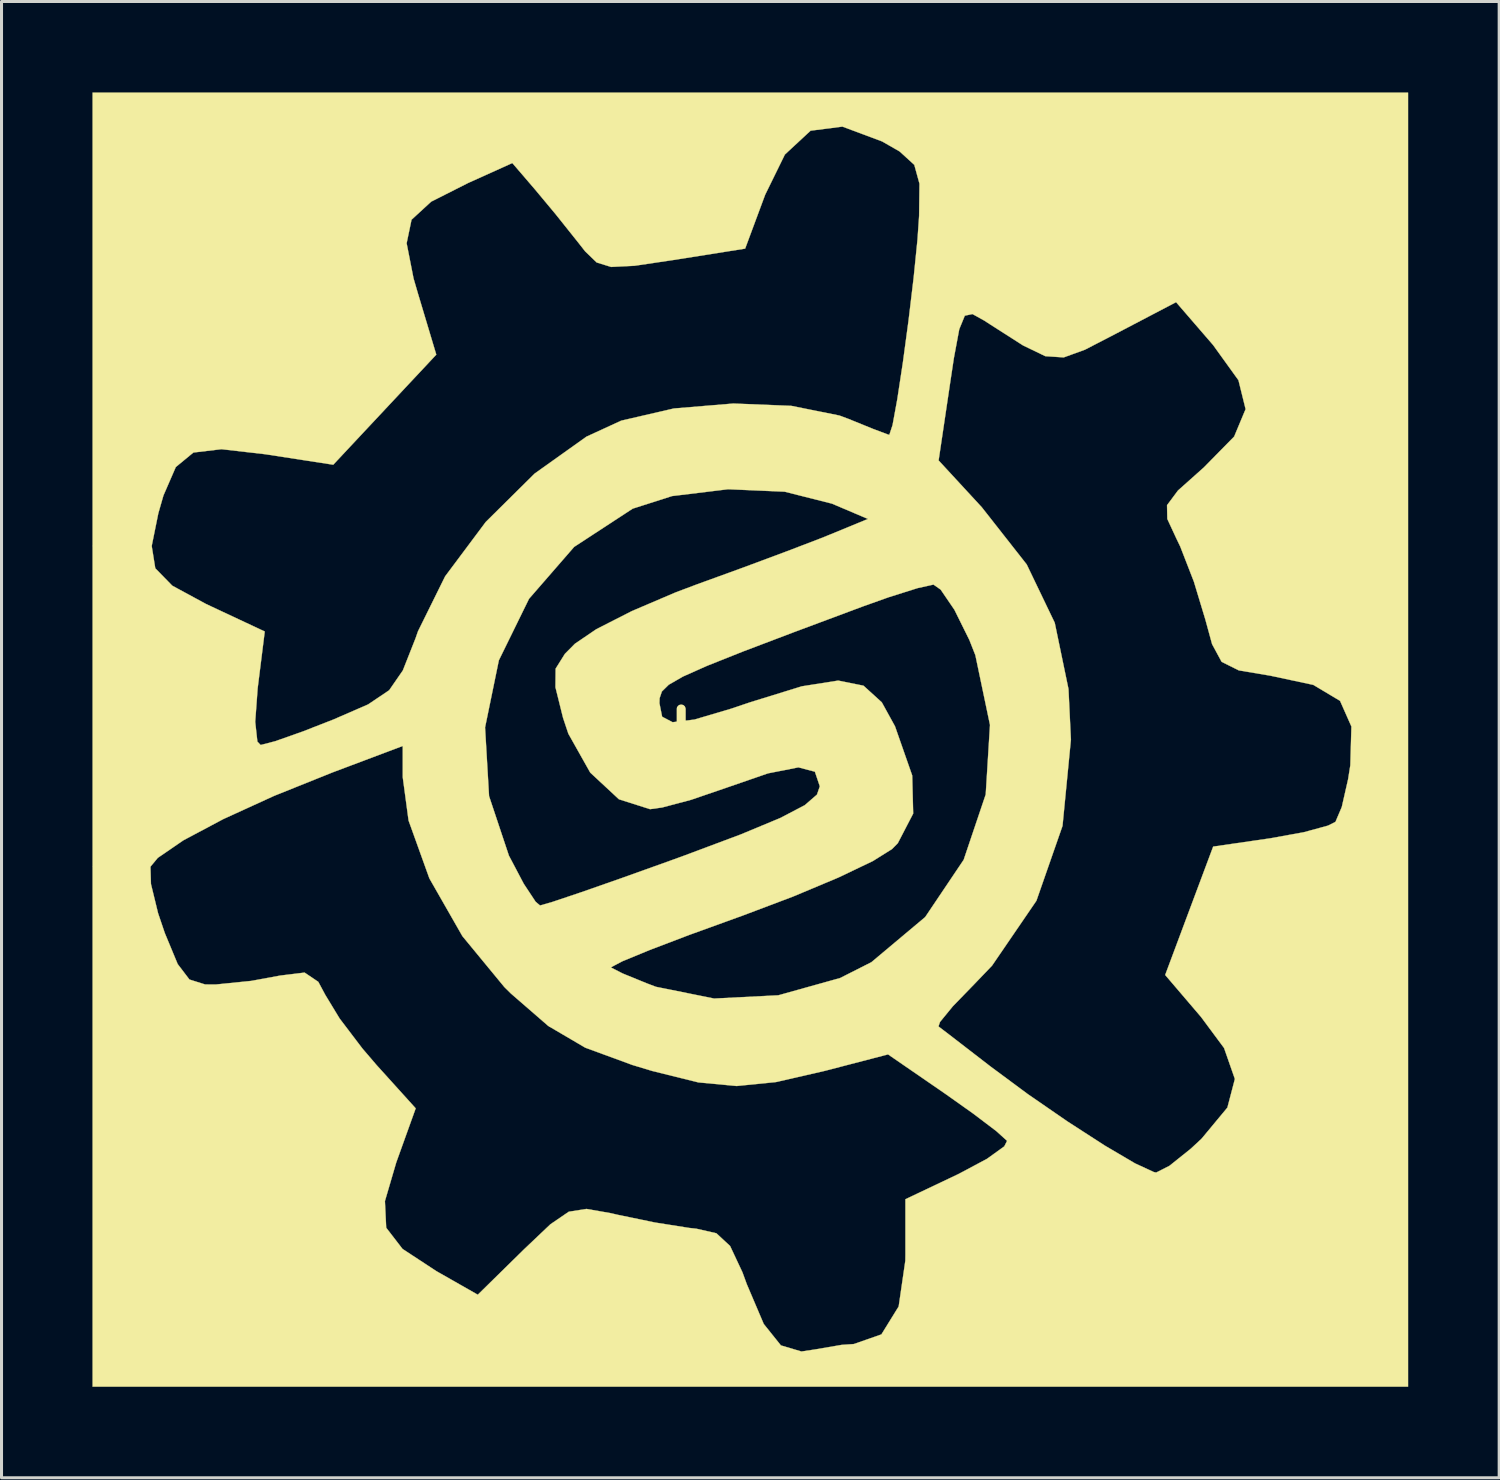
<source format=kicad_pcb>
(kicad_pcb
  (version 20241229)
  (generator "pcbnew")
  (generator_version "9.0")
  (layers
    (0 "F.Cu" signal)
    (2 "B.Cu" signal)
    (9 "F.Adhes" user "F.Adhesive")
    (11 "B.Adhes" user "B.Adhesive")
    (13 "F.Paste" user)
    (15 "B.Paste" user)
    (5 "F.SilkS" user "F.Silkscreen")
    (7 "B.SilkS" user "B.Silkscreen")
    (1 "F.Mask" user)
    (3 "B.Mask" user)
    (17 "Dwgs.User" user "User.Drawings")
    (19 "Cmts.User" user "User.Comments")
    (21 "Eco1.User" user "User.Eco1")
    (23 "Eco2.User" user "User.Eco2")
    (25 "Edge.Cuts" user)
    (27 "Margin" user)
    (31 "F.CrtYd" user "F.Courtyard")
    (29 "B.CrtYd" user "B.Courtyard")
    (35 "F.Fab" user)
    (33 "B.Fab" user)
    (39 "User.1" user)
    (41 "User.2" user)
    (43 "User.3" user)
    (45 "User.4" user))
  (footprint "logo"
    (layer "F.Cu")
    (at 21.524 21.172)
    (property "Reference" "logo" (at 0 0 0) (layer "F.SilkS") (effects (font (size 1.524 1.524) (thickness 0.3))))
    (attr through_hole)
    (fp_poly (pts (xy 21.872 21.519) (xy -21.519 21.519) (xy -21.519 4.366) (xy -19.611 4.366) (xy -19.595 4.937) (xy -19.361 5.898) (xy -19.138 6.556) (xy -18.713 7.579) (xy -18.325 8.089) (xy -17.809 8.251) (xy -17.447 8.252) (xy -16.291 8.135) (xy -15.328 7.958) (xy -14.527 7.86) (xy -14.075 8.165) (xy -13.845 8.594) (xy -13.372 9.374) (xy -12.617 10.368) (xy -12.15 10.913) (xy -10.862 12.338) (xy -11.504 14.124) (xy -11.877 15.397) (xy -11.835 16.276) (xy -11.297 16.975) (xy -10.183 17.706) (xy -10.14 17.731) (xy -8.814 18.486) (xy -7.285 16.985) (xy -6.418 16.162) (xy -5.812 15.748) (xy -5.229 15.656) (xy -4.428 15.796) (xy -4.201 15.849) (xy -2.975 16.103) (xy -1.845 16.282) (xy -1.602 16.309) (xy -0.943 16.459) (xy -0.491 16.879) (xy -0.083 17.748) (xy 0.06 18.139) (xy 0.618 19.45) (xy 1.185 20.158) (xy 1.862 20.359) (xy 2.293 20.294) (xy 3.187 20.141) (xy 3.591 20.113) (xy 4.5 19.795) (xy 5.07 18.873) (xy 5.289 17.367) (xy 5.292 17.168) (xy 5.292 15.336) (xy 7.048 14.502) (xy 7.982 14.004) (xy 8.553 13.593) (xy 8.646 13.41) (xy 8.292 13.09) (xy 7.524 12.508) (xy 6.603 11.855) (xy 4.719 10.558) (xy 2.638 11.1) (xy 1.021 11.471) (xy -0.275 11.601) (xy -1.538 11.482) (xy -3.059 11.105) (xy -3.721 10.905) (xy -5.27 10.336) (xy -6.462 9.636) (xy 6.382 9.636) (xy 6.719 9.893) (xy 7.436 10.446) (xy 8.097 10.956) (xy 9.331 11.87) (xy 10.638 12.771) (xy 11.867 13.565) (xy 12.868 14.154) (xy 13.489 14.441) (xy 13.565 14.455) (xy 14.001 14.234) (xy 14.712 13.664) (xy 15.064 13.336) (xy 15.913 12.313) (xy 16.16 11.369) (xy 15.803 10.347) (xy 15.044 9.324) (xy 13.861 7.938) (xy 14.652 5.821) (xy 15.444 3.704) (xy 17.326 3.431) (xy 18.429 3.231) (xy 19.232 3.012) (xy 19.478 2.888) (xy 19.686 2.399) (xy 19.895 1.481) (xy 19.968 1.02) (xy 20.004 -0.257) (xy 19.629 -1.104) (xy 18.747 -1.631) (xy 17.33 -1.934) (xy 16.289 -2.109) (xy 15.723 -2.391) (xy 15.408 -2.974) (xy 15.186 -3.786) (xy 14.807 -5.038) (xy 14.357 -6.196) (xy 14.225 -6.47) (xy 13.931 -7.104) (xy 13.922 -7.558) (xy 14.283 -8.042) (xy 15.095 -8.767) (xy 15.131 -8.798) (xy 16.136 -9.821) (xy 16.514 -10.726) (xy 16.278 -11.68) (xy 15.438 -12.846) (xy 15.4 -12.889) (xy 14.22 -14.255) (xy 12.23 -13.213) (xy 11.214 -12.687) (xy 10.514 -12.433) (xy 9.907 -12.473) (xy 9.172 -12.828) (xy 8.086 -13.522) (xy 7.894 -13.647) (xy 7.504 -13.863) (xy 7.251 -13.809) (xy 7.068 -13.363) (xy 6.89 -12.408) (xy 6.766 -11.584) (xy 6.387 -9.034) (xy 7.811 -7.49) (xy 9.293 -5.603) (xy 10.218 -3.678) (xy 10.671 -1.494) (xy 10.751 0.176) (xy 10.474 3.021) (xy 9.613 5.49) (xy 8.15 7.63) (xy 7.577 8.228) (xy 6.857 8.97) (xy 6.433 9.488) (xy 6.382 9.636) (xy -6.462 9.636) (xy -6.493 9.617) (xy -7.724 8.548) (xy -7.937 8.337) (xy -8.466 7.695) (xy -4.417 7.695) (xy -4.033 7.89) (xy -3.235 8.216) (xy -2.937 8.329) (xy -1.018 8.716) (xy 1.099 8.609) (xy 3.14 8.039) (xy 4.169 7.518) (xy 5.944 6.029) (xy 7.214 4.14) (xy 7.941 1.984) (xy 8.082 -0.31) (xy 7.6 -2.609) (xy 7.402 -3.112) (xy 6.908 -4.109) (xy 6.455 -4.773) (xy 6.218 -4.939) (xy 5.691 -4.822) (xy 4.74 -4.522) (xy 3.881 -4.216) (xy 1.618 -3.371) (xy -0.068 -2.731) (xy -1.262 -2.255) (xy -2.049 -1.904) (xy -2.514 -1.636) (xy -2.741 -1.413) (xy -2.816 -1.192) (xy -2.822 -1.027) (xy -2.733 -0.58) (xy -2.387 -0.399) (xy -1.669 -0.486) (xy -0.462 -0.843) (xy 0.176 -1.058) (xy 1.874 -1.583) (xy 3.074 -1.772) (xy 3.909 -1.604) (xy 4.513 -1.055) (xy 4.948 -0.265) (xy 5.516 1.359) (xy 5.548 2.614) (xy 5.041 3.591) (xy 4.851 3.784) (xy 4.221 4.179) (xy 3.079 4.725) (xy 1.582 5.353) (xy -0.11 5.992) (xy -0.245 6.04) (xy -1.837 6.617) (xy -3.142 7.114) (xy -4.041 7.485) (xy -4.415 7.682) (xy -4.417 7.695) (xy -8.466 7.695) (xy -9.322 6.656) (xy -10.41 4.753) (xy -11.097 2.843) (xy -11.289 1.414) (xy -11.289 0.384) (xy -13.604 1.256) (xy -15.531 2.03) (xy -17.21 2.797) (xy -18.528 3.498) (xy -19.369 4.075) (xy -19.611 4.366) (xy -21.519 4.366) (xy -21.519 -6.213) (xy -19.57 -6.213) (xy -19.452 -5.477) (xy -18.891 -4.902) (xy -17.782 -4.301) (xy -17.604 -4.217) (xy -15.841 -3.391) (xy -16.075 -1.519) (xy -16.156 -0.411) (xy -16.084 0.242) (xy -15.976 0.353) (xy -15.495 0.228) (xy -14.575 -0.097) (xy -14.243 -0.227) (xy -8.574 -0.227) (xy -8.442 2.039) (xy -7.788 4) (xy -7.298 4.93) (xy -6.904 5.526) (xy -6.76 5.646) (xy -6.36 5.532) (xy -5.426 5.218) (xy -4.088 4.75) (xy -2.474 4.172) (xy -2.028 4.01) (xy -0.142 3.304) (xy 1.161 2.762) (xy 1.97 2.339) (xy 2.375 1.989) (xy 2.469 1.716) (xy 2.306 1.233) (xy 1.763 1.09) (xy 0.758 1.288) (xy -0.621 1.764) (xy -1.771 2.158) (xy -2.734 2.414) (xy -3.131 2.469) (xy -4.158 2.143) (xy -5.104 1.263) (xy -5.826 -0.02) (xy -6.001 -0.543) (xy -6.252 -1.553) (xy -6.246 -2.165) (xy -5.94 -2.654) (xy -5.61 -2.987) (xy -4.904 -3.467) (xy -3.73 -4.065) (xy -2.29 -4.68) (xy -1.587 -4.945) (xy -0.038 -5.508) (xy 1.403 -6.045) (xy 2.507 -6.468) (xy 2.822 -6.595) (xy 4.057 -7.104) (xy 2.87 -7.609) (xy 1.309 -8.003) (xy -0.557 -8.084) (xy -2.406 -7.859) (xy -3.704 -7.444) (xy -5.636 -6.182) (xy -7.124 -4.47) (xy -8.119 -2.441) (xy -8.574 -0.227) (xy -14.243 -0.227) (xy -13.575 -0.488) (xy -12.431 -0.986) (xy -11.737 -1.453) (xy -11.286 -2.106) (xy -10.867 -3.166) (xy -10.786 -3.398) (xy -9.891 -5.21) (xy -8.551 -7.004) (xy -6.939 -8.6) (xy -5.228 -9.819) (xy -4.082 -10.346) (xy -2.345 -10.748) (xy -0.383 -10.911) (xy 1.53 -10.834) (xy 3.118 -10.514) (xy 3.406 -10.407) (xy 4.234 -10.07) (xy 4.72 -9.888) (xy 4.762 -9.878) (xy 4.868 -10.2) (xy 5.024 -11.052) (xy 5.208 -12.261) (xy 5.396 -13.656) (xy 5.564 -15.064) (xy 5.69 -16.314) (xy 5.744 -17.099) (xy 5.756 -18.163) (xy 5.585 -18.785) (xy 5.101 -19.226) (xy 4.524 -19.557) (xy 3.214 -20.046) (xy 2.163 -19.911) (xy 1.316 -19.125) (xy 0.666 -17.8) (xy 0.005 -16.021) (xy -2.379 -15.643) (xy -3.645 -15.455) (xy -4.416 -15.417) (xy -4.892 -15.564) (xy -5.272 -15.931) (xy -5.468 -16.181) (xy -6.248 -17.159) (xy -6.924 -17.97) (xy -7.674 -18.844) (xy -9.131 -18.187) (xy -10.352 -17.57) (xy -10.999 -16.975) (xy -11.161 -16.198) (xy -10.933 -15.038) (xy -10.788 -14.541) (xy -10.183 -12.524) (xy -13.582 -8.893) (xy -15.831 -9.24) (xy -17.269 -9.405) (xy -18.194 -9.295) (xy -18.775 -8.817) (xy -19.183 -7.878) (xy -19.351 -7.294) (xy -19.57 -6.213) (xy -21.519 -6.213) (xy -21.519 -21.167) (xy 21.872 -21.167) (xy 21.872 21.519)) (stroke (width 0.01) (type solid)) (fill yes) (layer "F.SilkS")))
  (gr_rect
    (start -3 -3)
    (end 46.402 45.696)
    (stroke (width 0.1) (type default))
    (fill no)
    (layer "Edge.Cuts")))
</source>
